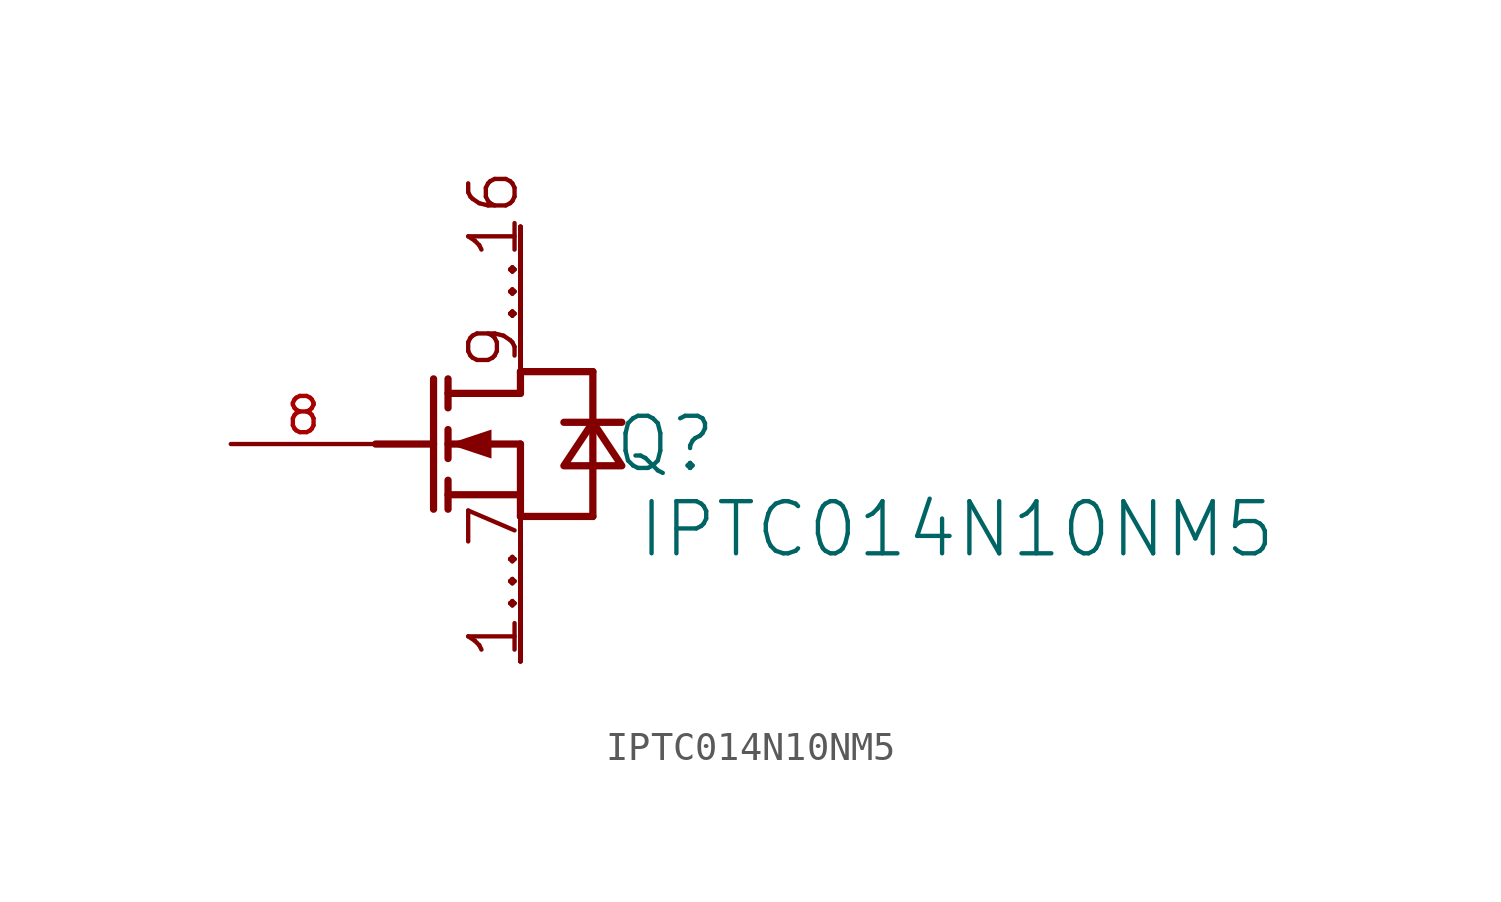
<source format=kicad_sym>
(kicad_symbol_lib
  (version 20231120)
  (generator "kicad_symbol_editor")
  (generator_version "8.0")
  (symbol "IPTC014N10NM5"
    (property "Reference" "Q"
      (at 10.16 -2.54 0)
      (effects (font (size 1.829 1.829))))
    (property "Value" "IPTC014N10NM5"
      (at 9.144 -6.604 0)
      (effects (font (size 1.829 1.829)) (justify left bottom)))
    (symbol "IPTC014N10NM5_1_0"
      (polyline (pts (xy 0 -2.54) (xy 2.032 -2.54)) (stroke (width 0.254) (type solid)) (fill (type none)))
      (polyline (pts (xy 2.032 -0.254) (xy 2.032 -4.826)) (stroke (width 0.254) (type solid)) (fill (type none)))
      (polyline (pts (xy 2.54 -4.826) (xy 2.54 -3.81)) (stroke (width 0.254) (type solid)) (fill (type none)))
      (polyline (pts (xy 2.54 -3.048) (xy 2.54 -2.032)) (stroke (width 0.254) (type solid)) (fill (type none)))
      (polyline (pts (xy 2.54 -0.254) (xy 2.54 -1.27)) (stroke (width 0.254) (type solid)) (fill (type none)))
      (polyline (pts (xy 5.08 -5.08) (xy 7.62 -5.08)) (stroke (width 0.254) (type solid)) (fill (type none)))
      (polyline (pts (xy 5.08 -4.318) (xy 2.54 -4.318)) (stroke (width 0.254) (type solid)) (fill (type none)))
      (polyline (pts (xy 5.08 -2.54) (xy 2.54 -2.54)) (stroke (width 0.254) (type solid)) (fill (type none)))
      (polyline (pts (xy 5.08 -2.54) (xy 5.08 -5.08)) (stroke (width 0.254) (type solid)) (fill (type none)))
      (polyline (pts (xy 5.08 -0.762) (xy 2.54 -0.762)) (stroke (width 0.254) (type solid)) (fill (type none)))
      (polyline (pts (xy 5.08 -0.762) (xy 5.08 0)) (stroke (width 0.254) (type solid)) (fill (type none)))
      (polyline (pts (xy 5.08 0) (xy 7.62 0)) (stroke (width 0.254) (type solid)) (fill (type none)))
      (polyline (pts (xy 6.604 -1.778) (xy 8.636 -1.778)) (stroke (width 0.254) (type solid)) (fill (type none)))
      (polyline (pts (xy 7.62 0) (xy 7.62 -5.08)) (stroke (width 0.254) (type solid)) (fill (type none)))
      (polyline (pts (xy 2.54 -2.54) (xy 4.064 -3.048) (xy 4.064 -2.032) (xy 2.54 -2.54)) (stroke (width -0.0001) (type solid)) (fill (type outline)))
      (polyline (pts (xy 7.62 -1.778) (xy 6.604 -3.302) (xy 8.636 -3.302) (xy 7.62 -1.778) (xy 7.62 -1.778)) (stroke (width 0.254) (type solid)) (fill (type none)))
      (text "1...7" (at 5.08 -10.16 900) (effects (font (size 1.626 1.626)) (justify left bottom)))
      (text "9...16" (at 5.08 0 900) (effects (font (size 1.626 1.626)) (justify left bottom)))
      (pin passive line (at 5.08 -10.16 90) (length 5.08) (name "SOURCE1" (effects (font (size 0 0)))) (number "1" (effects (font (size 0 0)))))
      (pin passive line (at 5.08 5.08 270) (length 5.08) (name "DRAIN2" (effects (font (size 0 0)))) (number "10" (effects (font (size 0 0)))))
      (pin passive line (at 5.08 5.08 270) (length 5.08) (name "DRAIN3" (effects (font (size 0 0)))) (number "11" (effects (font (size 0 0)))))
      (pin passive line (at 5.08 5.08 270) (length 5.08) (name "DRAIN4" (effects (font (size 0 0)))) (number "12" (effects (font (size 0 0)))))
      (pin passive line (at 5.08 5.08 270) (length 5.08) (name "DRAIN5" (effects (font (size 0 0)))) (number "13" (effects (font (size 0 0)))))
      (pin passive line (at 5.08 5.08 270) (length 5.08) (name "DRAIN6" (effects (font (size 0 0)))) (number "14" (effects (font (size 0 0)))))
      (pin passive line (at 5.08 5.08 270) (length 5.08) (name "DRAIN7" (effects (font (size 0 0)))) (number "15" (effects (font (size 0 0)))))
      (pin passive line (at 5.08 5.08 270) (length 5.08) (name "DRAIN8" (effects (font (size 0 0)))) (number "16" (effects (font (size 0 0)))))
      (pin passive line (at 5.08 -10.16 90) (length 5.08) (name "SOURCE2" (effects (font (size 0 0)))) (number "2" (effects (font (size 0 0)))))
      (pin passive line (at 5.08 -10.16 90) (length 5.08) (name "SOURCE3" (effects (font (size 0 0)))) (number "3" (effects (font (size 0 0)))))
      (pin passive line (at 5.08 -10.16 90) (length 5.08) (name "SOURCE4" (effects (font (size 0 0)))) (number "4" (effects (font (size 0 0)))))
      (pin passive line (at 5.08 -10.16 90) (length 5.08) (name "SOURCE5" (effects (font (size 0 0)))) (number "5" (effects (font (size 0 0)))))
      (pin passive line (at 5.08 -10.16 90) (length 5.08) (name "SOURCE6" (effects (font (size 0 0)))) (number "6" (effects (font (size 0 0)))))
      (pin passive line (at 5.08 -10.16 90) (length 5.08) (name "SOURCE7" (effects (font (size 0 0)))) (number "7" (effects (font (size 0 0)))))
      (pin passive line (at -5.08 -2.54 0) (length 5.08) (name "GATE" (effects (font (size 0 0)))) (number "8" (effects (font (size 1.27 1.27)))))
      (pin passive line (at 5.08 5.08 270) (length 5.08) (name "DRAIN1" (effects (font (size 0 0)))) (number "9" (effects (font (size 0 0))))))))
</source>
